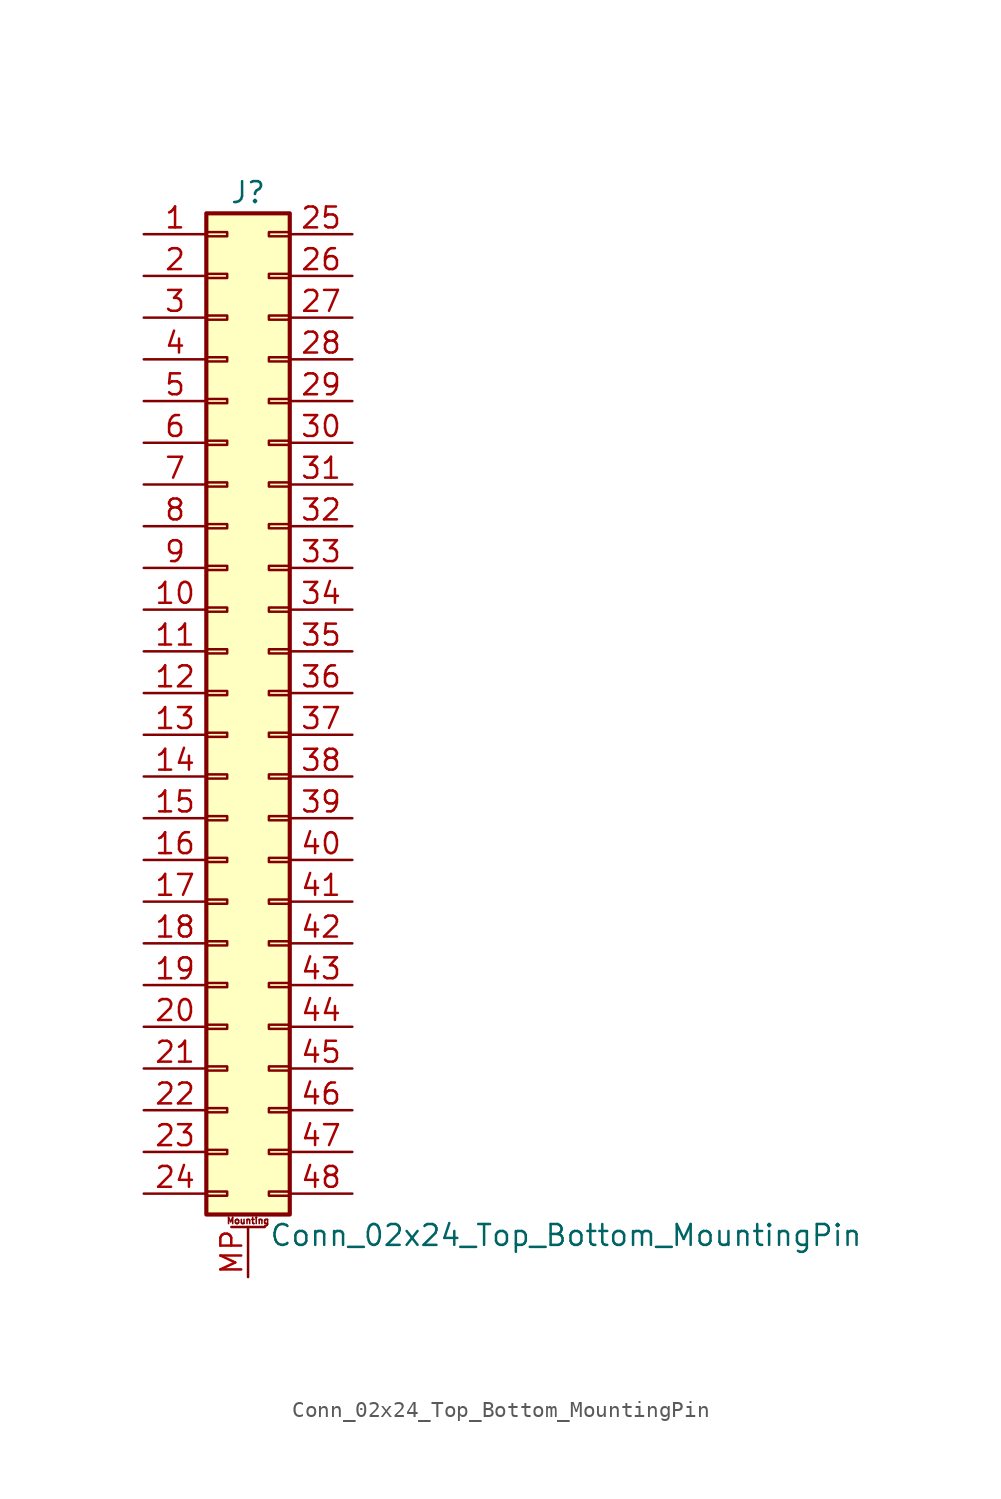
<source format=kicad_sym>
(kicad_symbol_lib
  (version 20201005)
  (generator kicad_symbol_editor)
  (symbol "Conn_02x24_Top_Bottom_MountingPin"
    (pin_names
      (offset 1.016) hide)
    (property "Reference" "J"
      (at 1.27 30.48 0)
      (effects (font (size 1.27 1.27))))
    (property "Value" "Conn_02x24_Top_Bottom_MountingPin"
      (at 2.54 -33.02 0)
      (effects (font (size 1.27 1.27)) (justify left)))
    (symbol "Conn_02x24_Top_Bottom_MountingPin_1_1"
      (text "Mounting" (at 1.27 -32.131 0) (effects (font (size 0.381 0.381))))
      (rectangle (start -1.27 -30.353) (end 0 -30.607) (stroke (width 0.152)) (fill (type none)))
      (rectangle (start -1.27 -27.813) (end 0 -28.067) (stroke (width 0.152)) (fill (type none)))
      (rectangle (start -1.27 -25.273) (end 0 -25.527) (stroke (width 0.152)) (fill (type none)))
      (rectangle (start -1.27 -22.733) (end 0 -22.987) (stroke (width 0.152)) (fill (type none)))
      (rectangle (start -1.27 -20.193) (end 0 -20.447) (stroke (width 0.152)) (fill (type none)))
      (rectangle (start -1.27 -17.653) (end 0 -17.907) (stroke (width 0.152)) (fill (type none)))
      (rectangle (start -1.27 -15.113) (end 0 -15.367) (stroke (width 0.152)) (fill (type none)))
      (rectangle (start -1.27 -12.573) (end 0 -12.827) (stroke (width 0.152)) (fill (type none)))
      (rectangle (start -1.27 -10.033) (end 0 -10.287) (stroke (width 0.152)) (fill (type none)))
      (rectangle (start -1.27 -7.493) (end 0 -7.747) (stroke (width 0.152)) (fill (type none)))
      (rectangle (start -1.27 -4.953) (end 0 -5.207) (stroke (width 0.152)) (fill (type none)))
      (rectangle (start -1.27 -2.413) (end 0 -2.667) (stroke (width 0.152)) (fill (type none)))
      (rectangle (start -1.27 0.127) (end 0 -0.127) (stroke (width 0.152)) (fill (type none)))
      (rectangle (start -1.27 2.667) (end 0 2.413) (stroke (width 0.152)) (fill (type none)))
      (rectangle (start -1.27 5.207) (end 0 4.953) (stroke (width 0.152)) (fill (type none)))
      (rectangle (start -1.27 7.747) (end 0 7.493) (stroke (width 0.152)) (fill (type none)))
      (rectangle (start -1.27 10.287) (end 0 10.033) (stroke (width 0.152)) (fill (type none)))
      (rectangle (start -1.27 12.827) (end 0 12.573) (stroke (width 0.152)) (fill (type none)))
      (rectangle (start -1.27 15.367) (end 0 15.113) (stroke (width 0.152)) (fill (type none)))
      (rectangle (start -1.27 17.907) (end 0 17.653) (stroke (width 0.152)) (fill (type none)))
      (rectangle (start -1.27 20.447) (end 0 20.193) (stroke (width 0.152)) (fill (type none)))
      (rectangle (start -1.27 22.987) (end 0 22.733) (stroke (width 0.152)) (fill (type none)))
      (rectangle (start -1.27 25.527) (end 0 25.273) (stroke (width 0.152)) (fill (type none)))
      (rectangle (start -1.27 28.067) (end 0 27.813) (stroke (width 0.152)) (fill (type none)))
      (rectangle (start 3.81 -30.353) (end 2.54 -30.607) (stroke (width 0.152)) (fill (type none)))
      (rectangle (start 3.81 -27.813) (end 2.54 -28.067) (stroke (width 0.152)) (fill (type none)))
      (rectangle (start 3.81 -25.273) (end 2.54 -25.527) (stroke (width 0.152)) (fill (type none)))
      (rectangle (start 3.81 -22.733) (end 2.54 -22.987) (stroke (width 0.152)) (fill (type none)))
      (rectangle (start 3.81 -20.193) (end 2.54 -20.447) (stroke (width 0.152)) (fill (type none)))
      (rectangle (start 3.81 -17.653) (end 2.54 -17.907) (stroke (width 0.152)) (fill (type none)))
      (rectangle (start 3.81 -15.113) (end 2.54 -15.367) (stroke (width 0.152)) (fill (type none)))
      (rectangle (start 3.81 -12.573) (end 2.54 -12.827) (stroke (width 0.152)) (fill (type none)))
      (rectangle (start 3.81 -10.033) (end 2.54 -10.287) (stroke (width 0.152)) (fill (type none)))
      (rectangle (start 3.81 -7.493) (end 2.54 -7.747) (stroke (width 0.152)) (fill (type none)))
      (rectangle (start 3.81 -4.953) (end 2.54 -5.207) (stroke (width 0.152)) (fill (type none)))
      (rectangle (start 3.81 -2.413) (end 2.54 -2.667) (stroke (width 0.152)) (fill (type none)))
      (rectangle (start 3.81 0.127) (end 2.54 -0.127) (stroke (width 0.152)) (fill (type none)))
      (rectangle (start 3.81 2.667) (end 2.54 2.413) (stroke (width 0.152)) (fill (type none)))
      (rectangle (start 3.81 5.207) (end 2.54 4.953) (stroke (width 0.152)) (fill (type none)))
      (rectangle (start 3.81 7.747) (end 2.54 7.493) (stroke (width 0.152)) (fill (type none)))
      (rectangle (start 3.81 10.287) (end 2.54 10.033) (stroke (width 0.152)) (fill (type none)))
      (rectangle (start 3.81 12.827) (end 2.54 12.573) (stroke (width 0.152)) (fill (type none)))
      (rectangle (start 3.81 15.367) (end 2.54 15.113) (stroke (width 0.152)) (fill (type none)))
      (rectangle (start 3.81 17.907) (end 2.54 17.653) (stroke (width 0.152)) (fill (type none)))
      (rectangle (start 3.81 20.447) (end 2.54 20.193) (stroke (width 0.152)) (fill (type none)))
      (rectangle (start 3.81 22.987) (end 2.54 22.733) (stroke (width 0.152)) (fill (type none)))
      (rectangle (start 3.81 25.527) (end 2.54 25.273) (stroke (width 0.152)) (fill (type none)))
      (rectangle (start 3.81 28.067) (end 2.54 27.813) (stroke (width 0.152)) (fill (type none)))
      (rectangle (start -1.27 29.21) (end 3.81 -31.75) (stroke (width 0.254)) (fill (type background)))
      (polyline (pts (xy 0.254 -32.512) (xy 2.286 -32.512)) (stroke (width 0.152)) (fill (type none)))
      (pin passive line (at -5.08 27.94 0) (length 3.81) (name "Pin_1" (effects (font (size 1.27 1.27)))) (number "1" (effects (font (size 1.27 1.27)))))
      (pin passive line (at -5.08 5.08 0) (length 3.81) (name "Pin_10" (effects (font (size 1.27 1.27)))) (number "10" (effects (font (size 1.27 1.27)))))
      (pin passive line (at -5.08 2.54 0) (length 3.81) (name "Pin_11" (effects (font (size 1.27 1.27)))) (number "11" (effects (font (size 1.27 1.27)))))
      (pin passive line (at -5.08 0 0) (length 3.81) (name "Pin_12" (effects (font (size 1.27 1.27)))) (number "12" (effects (font (size 1.27 1.27)))))
      (pin passive line (at -5.08 -2.54 0) (length 3.81) (name "Pin_13" (effects (font (size 1.27 1.27)))) (number "13" (effects (font (size 1.27 1.27)))))
      (pin passive line (at -5.08 -5.08 0) (length 3.81) (name "Pin_14" (effects (font (size 1.27 1.27)))) (number "14" (effects (font (size 1.27 1.27)))))
      (pin passive line (at -5.08 -7.62 0) (length 3.81) (name "Pin_15" (effects (font (size 1.27 1.27)))) (number "15" (effects (font (size 1.27 1.27)))))
      (pin passive line (at -5.08 -10.16 0) (length 3.81) (name "Pin_16" (effects (font (size 1.27 1.27)))) (number "16" (effects (font (size 1.27 1.27)))))
      (pin passive line (at -5.08 -12.7 0) (length 3.81) (name "Pin_17" (effects (font (size 1.27 1.27)))) (number "17" (effects (font (size 1.27 1.27)))))
      (pin passive line (at -5.08 -15.24 0) (length 3.81) (name "Pin_18" (effects (font (size 1.27 1.27)))) (number "18" (effects (font (size 1.27 1.27)))))
      (pin passive line (at -5.08 -17.78 0) (length 3.81) (name "Pin_19" (effects (font (size 1.27 1.27)))) (number "19" (effects (font (size 1.27 1.27)))))
      (pin passive line (at -5.08 25.4 0) (length 3.81) (name "Pin_2" (effects (font (size 1.27 1.27)))) (number "2" (effects (font (size 1.27 1.27)))))
      (pin passive line (at -5.08 -20.32 0) (length 3.81) (name "Pin_20" (effects (font (size 1.27 1.27)))) (number "20" (effects (font (size 1.27 1.27)))))
      (pin passive line (at -5.08 -22.86 0) (length 3.81) (name "Pin_21" (effects (font (size 1.27 1.27)))) (number "21" (effects (font (size 1.27 1.27)))))
      (pin passive line (at -5.08 -25.4 0) (length 3.81) (name "Pin_22" (effects (font (size 1.27 1.27)))) (number "22" (effects (font (size 1.27 1.27)))))
      (pin passive line (at -5.08 -27.94 0) (length 3.81) (name "Pin_23" (effects (font (size 1.27 1.27)))) (number "23" (effects (font (size 1.27 1.27)))))
      (pin passive line (at -5.08 -30.48 0) (length 3.81) (name "Pin_24" (effects (font (size 1.27 1.27)))) (number "24" (effects (font (size 1.27 1.27)))))
      (pin passive line (at 7.62 27.94 180) (length 3.81) (name "Pin_25" (effects (font (size 1.27 1.27)))) (number "25" (effects (font (size 1.27 1.27)))))
      (pin passive line (at 7.62 25.4 180) (length 3.81) (name "Pin_26" (effects (font (size 1.27 1.27)))) (number "26" (effects (font (size 1.27 1.27)))))
      (pin passive line (at 7.62 22.86 180) (length 3.81) (name "Pin_27" (effects (font (size 1.27 1.27)))) (number "27" (effects (font (size 1.27 1.27)))))
      (pin passive line (at 7.62 20.32 180) (length 3.81) (name "Pin_28" (effects (font (size 1.27 1.27)))) (number "28" (effects (font (size 1.27 1.27)))))
      (pin passive line (at 7.62 17.78 180) (length 3.81) (name "Pin_29" (effects (font (size 1.27 1.27)))) (number "29" (effects (font (size 1.27 1.27)))))
      (pin passive line (at -5.08 22.86 0) (length 3.81) (name "Pin_3" (effects (font (size 1.27 1.27)))) (number "3" (effects (font (size 1.27 1.27)))))
      (pin passive line (at 7.62 15.24 180) (length 3.81) (name "Pin_30" (effects (font (size 1.27 1.27)))) (number "30" (effects (font (size 1.27 1.27)))))
      (pin passive line (at 7.62 12.7 180) (length 3.81) (name "Pin_31" (effects (font (size 1.27 1.27)))) (number "31" (effects (font (size 1.27 1.27)))))
      (pin passive line (at 7.62 10.16 180) (length 3.81) (name "Pin_32" (effects (font (size 1.27 1.27)))) (number "32" (effects (font (size 1.27 1.27)))))
      (pin passive line (at 7.62 7.62 180) (length 3.81) (name "Pin_33" (effects (font (size 1.27 1.27)))) (number "33" (effects (font (size 1.27 1.27)))))
      (pin passive line (at 7.62 5.08 180) (length 3.81) (name "Pin_34" (effects (font (size 1.27 1.27)))) (number "34" (effects (font (size 1.27 1.27)))))
      (pin passive line (at 7.62 2.54 180) (length 3.81) (name "Pin_35" (effects (font (size 1.27 1.27)))) (number "35" (effects (font (size 1.27 1.27)))))
      (pin passive line (at 7.62 0 180) (length 3.81) (name "Pin_36" (effects (font (size 1.27 1.27)))) (number "36" (effects (font (size 1.27 1.27)))))
      (pin passive line (at 7.62 -2.54 180) (length 3.81) (name "Pin_37" (effects (font (size 1.27 1.27)))) (number "37" (effects (font (size 1.27 1.27)))))
      (pin passive line (at 7.62 -5.08 180) (length 3.81) (name "Pin_38" (effects (font (size 1.27 1.27)))) (number "38" (effects (font (size 1.27 1.27)))))
      (pin passive line (at 7.62 -7.62 180) (length 3.81) (name "Pin_39" (effects (font (size 1.27 1.27)))) (number "39" (effects (font (size 1.27 1.27)))))
      (pin passive line (at -5.08 20.32 0) (length 3.81) (name "Pin_4" (effects (font (size 1.27 1.27)))) (number "4" (effects (font (size 1.27 1.27)))))
      (pin passive line (at 7.62 -10.16 180) (length 3.81) (name "Pin_40" (effects (font (size 1.27 1.27)))) (number "40" (effects (font (size 1.27 1.27)))))
      (pin passive line (at 7.62 -12.7 180) (length 3.81) (name "Pin_41" (effects (font (size 1.27 1.27)))) (number "41" (effects (font (size 1.27 1.27)))))
      (pin passive line (at 7.62 -15.24 180) (length 3.81) (name "Pin_42" (effects (font (size 1.27 1.27)))) (number "42" (effects (font (size 1.27 1.27)))))
      (pin passive line (at 7.62 -17.78 180) (length 3.81) (name "Pin_43" (effects (font (size 1.27 1.27)))) (number "43" (effects (font (size 1.27 1.27)))))
      (pin passive line (at 7.62 -20.32 180) (length 3.81) (name "Pin_44" (effects (font (size 1.27 1.27)))) (number "44" (effects (font (size 1.27 1.27)))))
      (pin passive line (at 7.62 -22.86 180) (length 3.81) (name "Pin_45" (effects (font (size 1.27 1.27)))) (number "45" (effects (font (size 1.27 1.27)))))
      (pin passive line (at 7.62 -25.4 180) (length 3.81) (name "Pin_46" (effects (font (size 1.27 1.27)))) (number "46" (effects (font (size 1.27 1.27)))))
      (pin passive line (at 7.62 -27.94 180) (length 3.81) (name "Pin_47" (effects (font (size 1.27 1.27)))) (number "47" (effects (font (size 1.27 1.27)))))
      (pin passive line (at 7.62 -30.48 180) (length 3.81) (name "Pin_48" (effects (font (size 1.27 1.27)))) (number "48" (effects (font (size 1.27 1.27)))))
      (pin passive line (at -5.08 17.78 0) (length 3.81) (name "Pin_5" (effects (font (size 1.27 1.27)))) (number "5" (effects (font (size 1.27 1.27)))))
      (pin passive line (at -5.08 15.24 0) (length 3.81) (name "Pin_6" (effects (font (size 1.27 1.27)))) (number "6" (effects (font (size 1.27 1.27)))))
      (pin passive line (at -5.08 12.7 0) (length 3.81) (name "Pin_7" (effects (font (size 1.27 1.27)))) (number "7" (effects (font (size 1.27 1.27)))))
      (pin passive line (at -5.08 10.16 0) (length 3.81) (name "Pin_8" (effects (font (size 1.27 1.27)))) (number "8" (effects (font (size 1.27 1.27)))))
      (pin passive line (at -5.08 7.62 0) (length 3.81) (name "Pin_9" (effects (font (size 1.27 1.27)))) (number "9" (effects (font (size 1.27 1.27)))))
      (pin passive line (at 1.27 -35.56 90) (length 3.048) (name "MountPin" (effects (font (size 1.27 1.27)))) (number "MP" (effects (font (size 1.27 1.27))))))))
</source>
